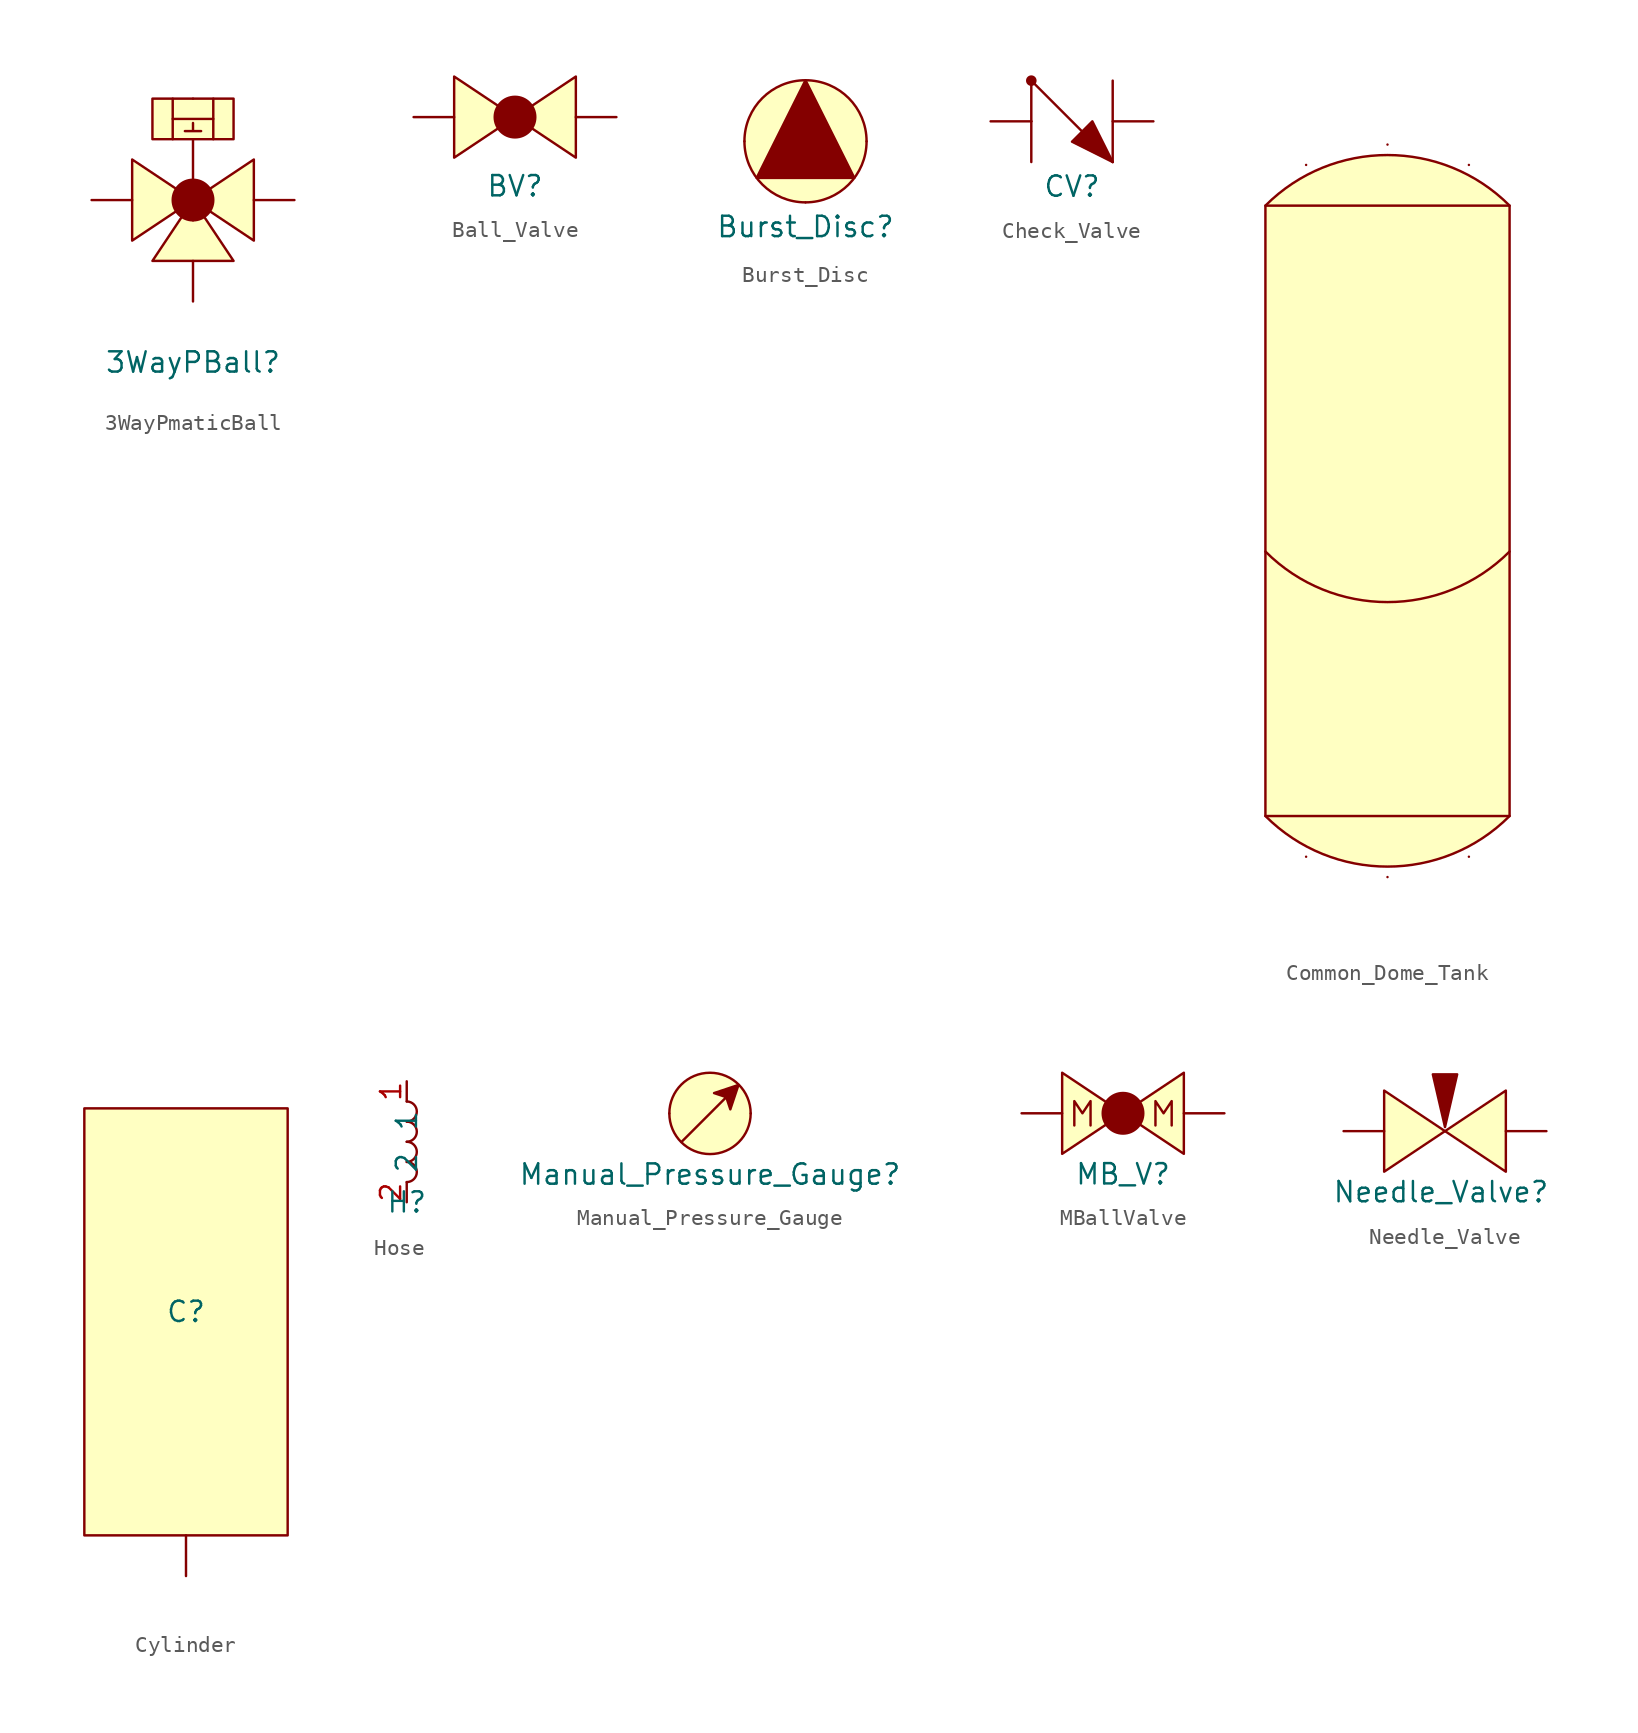
<source format=kicad_sym>
(kicad_symbol_lib
  (version 20241209)
  (generator "kicad_symbol_editor")
  (generator_version "9.0")
  (symbol "3WayPmaticBall"
    (property "Reference" "3WayPBall"
      (at 0 -10.16 0)
      (effects (font (size 1.27 1.27))))
    (property "Value" ""
      (at 0 0 0)
      (effects (font (size 1.27 1.27))))
    (symbol "3WayPmaticBall_1_1"
      (polyline (pts (xy -1.27 5.08) (xy 1.27 5.08)) (stroke (width 0) (type default)) (fill (type none)))
      (polyline (pts (xy -1.27 3.81) (xy -1.27 6.35)) (stroke (width 0) (type default)) (fill (type none)))
      (polyline (pts (xy -0.508 4.318) (xy 0.508 4.318) (xy 0 4.318) (xy 0 4.826)) (stroke (width 0) (type default)) (fill (type none)))
      (rectangle (start 0 1.27) (end 0 -1.27) (stroke (width 0) (type default)) (fill (type none)))
      (polyline (pts (xy 0 0) (xy -3.81 2.54) (xy -3.81 -2.54) (xy 0 0)) (stroke (width 0) (type default)) (fill (type background)))
      (polyline (pts (xy 0 0) (xy -2.54 -3.81) (xy 2.54 -3.81) (xy 0 0)) (stroke (width 0) (type default)) (fill (type background)))
      (polyline (pts (xy 0 0) (xy 3.81 2.54) (xy 3.81 -2.54) (xy 0 0)) (stroke (width 0) (type default)) (fill (type background)))
      (polyline (pts (xy 0 0) (xy 0 2.54) (xy 0 3.81) (xy -2.54 3.81) (xy -2.54 6.35) (xy 2.54 6.35) (xy 2.54 3.81) (xy 0 3.81)) (stroke (width 0) (type default)) (fill (type background)))
      (circle (center 0 0) (radius 1.27) (stroke (width 0) (type default)) (fill (type outline)))
      (polyline (pts (xy 1.27 6.35) (xy 1.27 3.81)) (stroke (width 0) (type default)) (fill (type none)))
      (pin passive line (at -6.35 0 0) (length 2.54) (name "" (effects (font (size 1.27 1.27)))) (number "" (effects (font (size 1.27 1.27)))))
      (pin passive line (at 0 6.35 180) (length 0) (name "" (effects (font (size 1.27 1.27)))) (number "" (effects (font (size 1.27 1.27)))))
      (pin passive line (at 0 -6.35 90) (length 2.54) (name "" (effects (font (size 1.27 1.27)))) (number "" (effects (font (size 1.27 1.27)))))
      (pin passive line (at 6.35 0 180) (length 2.54) (name "" (effects (font (size 1.27 1.27)))) (number "" (effects (font (size 1.27 1.27)))))))
  (symbol "Ball_Valve"
    (property "Reference" "BV"
      (at 3.81 -4.318 0)
      (effects (font (size 1.27 1.27))))
    (property "Value" ""
      (at 0 0 0)
      (effects (font (size 1.27 1.27))))
    (symbol "Ball_Valve_1_1"
      (polyline (pts (xy 3.81 0) (xy 0 -2.54) (xy 0 2.54) (xy 3.81 0)) (stroke (width 0) (type default)) (fill (type background)))
      (polyline (pts (xy 3.81 0) (xy 7.62 2.54) (xy 7.62 -2.54) (xy 3.81 0)) (stroke (width 0) (type default)) (fill (type background)))
      (circle (center 3.81 0) (radius 1.27) (stroke (width 0) (type default)) (fill (type outline)))
      (pin passive line (at -2.54 0 0) (length 2.54) (name "" (effects (font (size 1.27 1.27)))) (number "" (effects (font (size 1.27 1.27)))))
      (pin passive line (at 10.16 0 180) (length 2.54) (name "" (effects (font (size 1.27 1.27)))) (number "" (effects (font (size 1.27 1.27)))))))
  (symbol "Burst_Disc"
    (property "Reference" "Burst_Disc"
      (at 0 -5.334 0)
      (effects (font (size 1.27 1.27))))
    (property "Value" ""
      (at 0 0 0)
      (effects (font (size 1.27 1.27))))
    (symbol "Burst_Disc_1_1"
      (polyline (pts (xy 0 3.81) (xy -3.048 -2.286) (xy 3.048 -2.286) (xy 0 3.81)) (stroke (width 0) (type default)) (fill (type outline)))
      (circle (center 0 0) (radius 3.81) (stroke (width 0) (type default)) (fill (type background)))
      (pin passive line (at -3.81 0 0) (length 0) (name "" (effects (font (size 1.27 1.27)))) (number "" (effects (font (size 1.27 1.27)))))
      (pin passive line (at 0 -3.81 90) (length 0) (name "" (effects (font (size 1.27 1.27)))) (number "" (effects (font (size 1.27 1.27)))))
      (pin passive line (at 3.81 0 180) (length 0) (name "" (effects (font (size 1.27 1.27)))) (number "" (effects (font (size 1.27 1.27)))))))
  (symbol "Check_Valve"
    (property "Reference" "CV"
      (at 2.54 -4.064 0)
      (effects (font (size 1.27 1.27))))
    (property "Value" ""
      (at 0 0 0)
      (effects (font (size 1.27 1.27))))
    (symbol "Check_Valve_0_1"
      (polyline (pts (xy 0 2.54) (xy 5.08 -2.54)) (stroke (width 0) (type default)) (fill (type none)))
      (polyline (pts (xy 0 0) (xy 0 2.54)) (stroke (width 0) (type default)) (fill (type none)))
      (polyline (pts (xy 0 0) (xy 0 -2.54)) (stroke (width 0) (type default)) (fill (type none)))
      (polyline (pts (xy 5.08 -2.54) (xy 5.08 2.54)) (stroke (width 0) (type default)) (fill (type none))))
    (symbol "Check_Valve_1_1"
      (circle (center 0 2.54) (radius 0.254) (stroke (width 0) (type default)) (fill (type outline)))
      (polyline (pts (xy 5.08 -2.54) (xy 2.54 -1.27) (xy 3.81 0) (xy 5.08 -2.54)) (stroke (width 0) (type default)) (fill (type outline)))
      (pin passive line (at -2.54 0 0) (length 2.54) (name "" (effects (font (size 1.27 1.27)))) (number "" (effects (font (size 1.27 1.27)))))
      (pin passive line (at 7.62 0 180) (length 2.54) (name "" (effects (font (size 1.27 1.27)))) (number "" (effects (font (size 1.27 1.27)))))))
  (symbol "Common_Dome_Tank"
    (property "Reference" "CommonDomeTank"
      (at 0 0 0)
      (effects (font (size 1.27 1.27)) (hide yes)))
    (property "Value" ""
      (at 0 0 0)
      (effects (font (size 1.27 1.27))))
    (symbol "Common_Dome_Tank_0_1"
      (arc (start 7.62 -7.62) (mid 0 -10.7763) (end -7.62 -7.62) (stroke (width 0) (type default)) (fill (type none))))
    (symbol "Common_Dome_Tank_1_1"
      (rectangle (start -7.62 13.97) (end 7.62 -24.13) (stroke (width 0) (type solid)) (fill (type background)))
      (arc (start -7.62 13.97) (mid 0 17.1263) (end 7.62 13.97) (stroke (width 0) (type solid)) (fill (type background)))
      (arc (start 7.62 -24.13) (mid 0 -27.2863) (end -7.62 -24.13) (stroke (width 0) (type solid)) (fill (type background)))
      (pin passive line (at -5.08 16.51 270) (length 0) (name "" (effects (font (size 1.27 1.27)))) (number "" (effects (font (size 1.27 1.27)))))
      (pin passive line (at -5.08 -26.67 90) (length 0) (name "" (effects (font (size 1.27 1.27)))) (number "" (effects (font (size 1.27 1.27)))))
      (pin passive line (at 0 17.78 270) (length 0) (name "" (effects (font (size 1.27 1.27)))) (number "" (effects (font (size 1.27 1.27)))))
      (pin passive line (at 0 -27.94 90) (length 0) (name "" (effects (font (size 1.27 1.27)))) (number "" (effects (font (size 1.27 1.27)))))
      (pin passive line (at 5.08 16.51 270) (length 0) (name "" (effects (font (size 1.27 1.27)))) (number "" (effects (font (size 1.27 1.27)))))
      (pin passive line (at 5.08 -26.67 90) (length 0) (name "" (effects (font (size 1.27 1.27)))) (number "" (effects (font (size 1.27 1.27)))))))
  (symbol "Cylinder"
    (property "Reference" "C"
      (at 0 0 0)
      (effects (font (size 1.27 1.27))))
    (property "Value" ""
      (at 0 0 0)
      (effects (font (size 1.27 1.27))))
    (symbol "Cylinder_1_1"
      (rectangle (start -6.35 12.7) (end 6.35 -13.97) (stroke (width 0) (type default)) (fill (type background)))
      (pin passive line (at 0 -16.51 90) (length 2.54) (name "" (effects (font (size 1.27 1.27)))) (number "" (effects (font (size 1.27 1.27)))))))
  (symbol "Hose"
    (property "Reference" "H"
      (at 0 0 0)
      (effects (font (size 1.27 1.27))))
    (property "Value" ""
      (at 0 0 0)
      (effects (font (size 1.27 1.27))))
    (symbol "Hose_0_1"
      (arc (start 0 6.35) (mid 0.6323 5.715) (end 0 5.08) (stroke (width 0) (type default)) (fill (type none)))
      (arc (start 0 5.08) (mid 0.6323 4.445) (end 0 3.81) (stroke (width 0) (type default)) (fill (type none)))
      (arc (start 0 3.81) (mid 0.6323 3.175) (end 0 2.54) (stroke (width 0) (type default)) (fill (type none)))
      (arc (start 0 2.54) (mid 0.6323 1.905) (end 0 1.27) (stroke (width 0) (type default)) (fill (type none))))
    (symbol "Hose_1_1"
      (pin passive line (at 0 7.62 270) (length 1.27) (name "1" (effects (font (size 1.27 1.27)))) (number "1" (effects (font (size 1.27 1.27)))))
      (pin passive line (at 0 0 90) (length 1.27) (name "2" (effects (font (size 1.27 1.27)))) (number "2" (effects (font (size 1.27 1.27)))))))
  (symbol "Manual_Pressure_Gauge"
    (property "Reference" "Manual_Pressure_Gauge"
      (at 0 -3.81 0)
      (effects (font (size 1.27 1.27))))
    (property "Value" ""
      (at 0 0 0)
      (effects (font (size 1.27 1.27))))
    (symbol "Manual_Pressure_Gauge_1_1"
      (polyline (pts (xy -1.778 -1.778) (xy 1.778 1.778) (xy 0.254 1.27) (xy 1.016 1.016) (xy 1.27 0.254) (xy 1.778 1.778)) (stroke (width 0) (type default)) (fill (type outline)))
      (circle (center 0 0) (radius 2.54) (stroke (width 0) (type default)) (fill (type background)))
      (pin passive line (at -2.54 0 0) (length 0) (name "" (effects (font (size 1.27 1.27)))) (number "" (effects (font (size 1.27 1.27)))))
      (pin passive line (at 2.54 0 180) (length 0) (name "" (effects (font (size 1.27 1.27)))) (number "" (effects (font (size 1.27 1.27)))))))
  (symbol "MBallValve"
    (property "Reference" "MB_V"
      (at 0 -3.81 0)
      (effects (font (size 1.27 1.27))))
    (property "Value" ""
      (at 0 0 0)
      (effects (font (size 1.27 1.27))))
    (symbol "MBallValve_0_1"
      (polyline (pts (xy -3.048 -0.762) (xy -3.048 0.762) (xy -2.54 0) (xy -2.032 0.762) (xy -2.032 -0.762)) (stroke (width 0) (type default)) (fill (type none)))
      (polyline (pts (xy 2.032 -0.762) (xy 2.032 0.762) (xy 2.54 0) (xy 3.048 0.762) (xy 3.048 -0.762)) (stroke (width 0) (type default)) (fill (type none))))
    (symbol "MBallValve_1_1"
      (polyline (pts (xy 0 0) (xy -3.81 -2.54) (xy -3.81 2.54) (xy 0 0)) (stroke (width 0) (type default)) (fill (type background)))
      (polyline (pts (xy 0 0) (xy 3.81 2.54) (xy 3.81 -2.54) (xy 0 0)) (stroke (width 0) (type default)) (fill (type background)))
      (circle (center 0 0) (radius 1.27) (stroke (width 0) (type default)) (fill (type outline)))
      (pin passive line (at -6.35 0 0) (length 2.54) (name "" (effects (font (size 1.27 1.27)))) (number "" (effects (font (size 1.27 1.27)))))
      (pin passive line (at 6.35 0 180) (length 2.54) (name "" (effects (font (size 1.27 1.27)))) (number "" (effects (font (size 1.27 1.27)))))))
  (symbol "Needle_Valve"
    (property "Reference" "Needle_Valve"
      (at 3.556 -3.81 0)
      (effects (font (size 1.27 1.27))))
    (property "Value" ""
      (at 0 0 0)
      (effects (font (size 1.27 1.27))))
    (symbol "Needle_Valve_1_1"
      (polyline (pts (xy 0 0) (xy 0 2.54) (xy 3.81 0) (xy 0 -2.54) (xy 0 0)) (stroke (width 0) (type default)) (fill (type background)))
      (polyline (pts (xy 3.048 3.556) (xy 3.81 0.254) (xy 4.572 3.556) (xy 3.048 3.556)) (stroke (width 0) (type solid)) (fill (type outline)))
      (polyline (pts (xy 7.62 0) (xy 7.62 2.54) (xy 3.81 0) (xy 7.62 -2.54) (xy 7.62 0)) (stroke (width 0) (type default)) (fill (type background)))
      (pin passive line (at -2.54 0 0) (length 2.54) (name "" (effects (font (size 1.27 1.27)))) (number "" (effects (font (size 1.27 1.27)))))
      (pin passive line (at 10.16 0 180) (length 2.54) (name "" (effects (font (size 1.27 1.27)))) (number "" (effects (font (size 1.27 1.27))))))))
</source>
